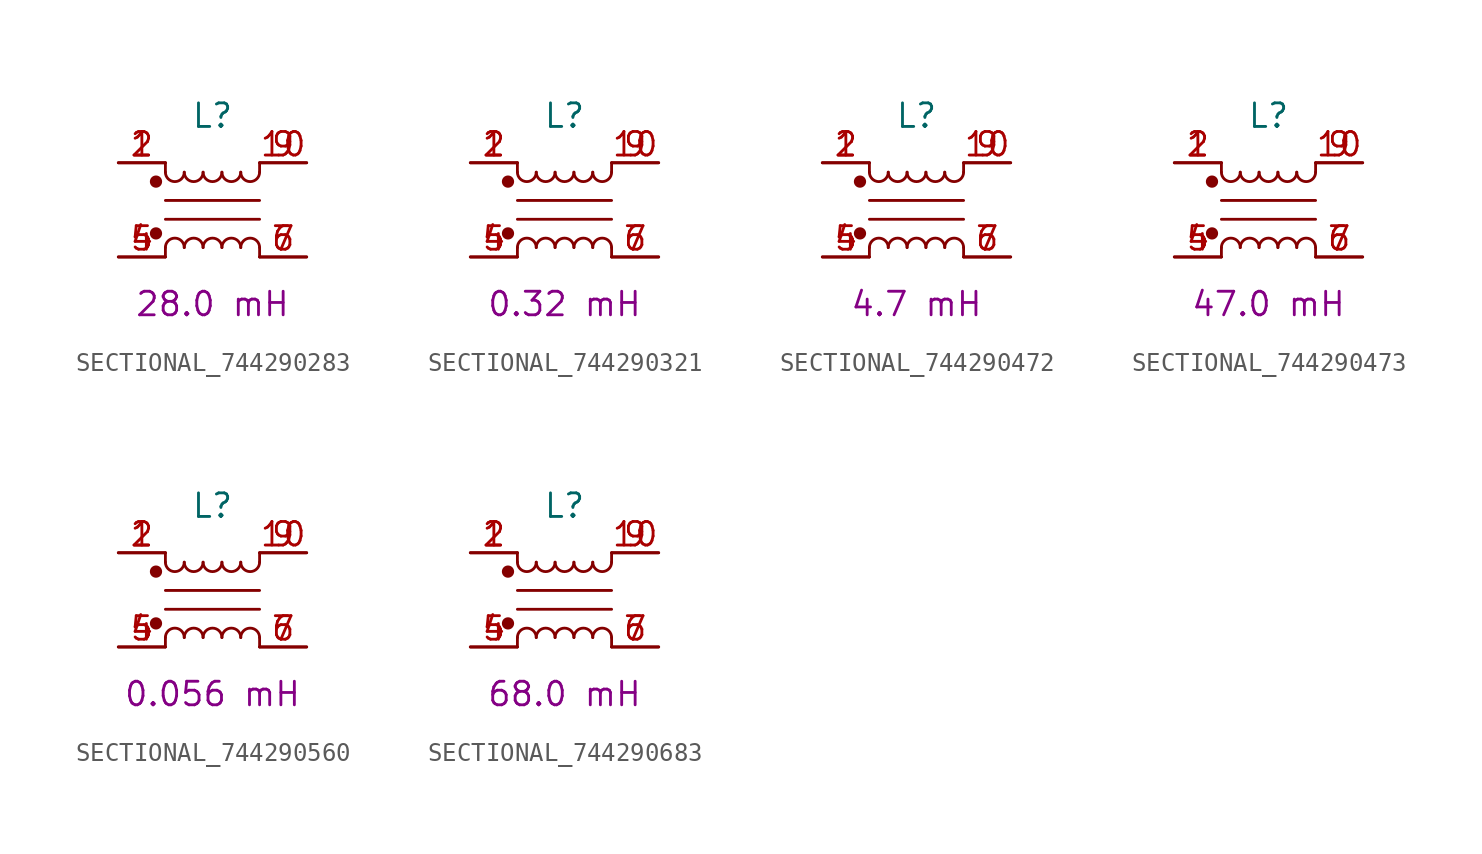
<source format=kicad_sym>
(kicad_symbol_lib
  (version 20220914)
  (generator kicad_symbol_editor)
  (symbol "SECTIONAL_744290283"
    (pin_names hide)
    (property "Reference" "L"
      (at 0 5.08 0)
      (effects (font (size 1.27 1.27))))
    (property "Critical Parameter" "28.0 mH"
      (at 0 -5.08 0)
      (effects (font (size 1.27 1.27))))
    (symbol "SECTIONAL_744290283_0_1"
      (circle (center -3.048 -1.27) (radius 0.254) (stroke (width 0) (type default)) (fill (type outline)))
      (circle (center -3.048 1.524) (radius 0.254) (stroke (width 0) (type default)) (fill (type outline)))
      (arc (start -2.54 2.032) (mid -2.032 1.5262) (end -1.524 2.032) (stroke (width 0) (type default)) (fill (type none)))
      (arc (start -1.524 -2.032) (mid -2.032 -1.5262) (end -2.54 -2.032) (stroke (width 0) (type default)) (fill (type none)))
      (arc (start -1.524 2.032) (mid -1.016 1.5262) (end -0.508 2.032) (stroke (width 0) (type default)) (fill (type none)))
      (arc (start -0.508 -2.032) (mid -1.016 -1.5262) (end -1.524 -2.032) (stroke (width 0) (type default)) (fill (type none)))
      (arc (start -0.508 2.032) (mid 0 1.5262) (end 0.508 2.032) (stroke (width 0) (type default)) (fill (type none)))
      (polyline (pts (xy -2.54 -2.032) (xy -2.54 -2.54)) (stroke (width 0) (type default)) (fill (type none)))
      (polyline (pts (xy -2.54 0.508) (xy 2.54 0.508)) (stroke (width 0) (type default)) (fill (type none)))
      (polyline (pts (xy -2.54 2.032) (xy -2.54 2.54)) (stroke (width 0) (type default)) (fill (type none)))
      (polyline (pts (xy 2.54 -2.032) (xy 2.54 -2.54)) (stroke (width 0) (type default)) (fill (type none)))
      (polyline (pts (xy 2.54 -0.508) (xy -2.54 -0.508)) (stroke (width 0) (type default)) (fill (type none)))
      (polyline (pts (xy 2.54 2.54) (xy 2.54 2.032)) (stroke (width 0) (type default)) (fill (type none)))
      (arc (start 0.508 -2.032) (mid 0 -1.5262) (end -0.508 -2.032) (stroke (width 0) (type default)) (fill (type none)))
      (arc (start 0.508 2.032) (mid 1.016 1.5262) (end 1.524 2.032) (stroke (width 0) (type default)) (fill (type none)))
      (arc (start 1.524 -2.032) (mid 1.016 -1.5262) (end 0.508 -2.032) (stroke (width 0) (type default)) (fill (type none)))
      (arc (start 1.524 2.032) (mid 2.032 1.5262) (end 2.54 2.032) (stroke (width 0) (type default)) (fill (type none)))
      (arc (start 2.54 -2.032) (mid 2.032 -1.5262) (end 1.524 -2.032) (stroke (width 0) (type default)) (fill (type none))))
    (symbol "SECTIONAL_744290283_1_1"
      (pin passive line (at -5.08 2.54 0) (length 2.54) (name "1" (effects (font (size 1.27 1.27)))) (number "1" (effects (font (size 1.27 1.27)))))
      (pin passive line (at -5.08 2.54 0) (length 2.54) (name "2" (effects (font (size 1.27 1.27)))) (number "2" (effects (font (size 1.27 1.27)))))
      (pin passive line (at 5.08 2.54 180) (length 2.54) (name "9" (effects (font (size 1.27 1.27)))) (number "9" (effects (font (size 1.27 1.27)))))
      (pin passive line (at 5.08 2.54 180) (length 2.54) (name "10" (effects (font (size 1.27 1.27)))) (number "10" (effects (font (size 1.27 1.27)))))
      (pin passive line (at 5.08 -2.54 180) (length 2.54) (name "6" (effects (font (size 1.27 1.27)))) (number "6" (effects (font (size 1.27 1.27)))))
      (pin passive line (at 5.08 -2.54 180) (length 2.54) (name "7" (effects (font (size 1.27 1.27)))) (number "7" (effects (font (size 1.27 1.27)))))
      (pin passive line (at -5.08 -2.54 0) (length 2.54) (name "4" (effects (font (size 1.27 1.27)))) (number "4" (effects (font (size 1.27 1.27)))))
      (pin passive line (at -5.08 -2.54 0) (length 2.54) (name "5" (effects (font (size 1.27 1.27)))) (number "5" (effects (font (size 1.27 1.27)))))))
  (symbol "SECTIONAL_744290321"
    (pin_names hide)
    (property "Reference" "L"
      (at 0 5.08 0)
      (effects (font (size 1.27 1.27))))
    (property "Critical Parameter" "0.32 mH"
      (at 0 -5.08 0)
      (effects (font (size 1.27 1.27))))
    (symbol "SECTIONAL_744290321_0_1"
      (circle (center -3.048 -1.27) (radius 0.254) (stroke (width 0) (type default)) (fill (type outline)))
      (circle (center -3.048 1.524) (radius 0.254) (stroke (width 0) (type default)) (fill (type outline)))
      (arc (start -2.54 2.032) (mid -2.032 1.5262) (end -1.524 2.032) (stroke (width 0) (type default)) (fill (type none)))
      (arc (start -1.524 -2.032) (mid -2.032 -1.5262) (end -2.54 -2.032) (stroke (width 0) (type default)) (fill (type none)))
      (arc (start -1.524 2.032) (mid -1.016 1.5262) (end -0.508 2.032) (stroke (width 0) (type default)) (fill (type none)))
      (arc (start -0.508 -2.032) (mid -1.016 -1.5262) (end -1.524 -2.032) (stroke (width 0) (type default)) (fill (type none)))
      (arc (start -0.508 2.032) (mid 0 1.5262) (end 0.508 2.032) (stroke (width 0) (type default)) (fill (type none)))
      (polyline (pts (xy -2.54 -2.032) (xy -2.54 -2.54)) (stroke (width 0) (type default)) (fill (type none)))
      (polyline (pts (xy -2.54 0.508) (xy 2.54 0.508)) (stroke (width 0) (type default)) (fill (type none)))
      (polyline (pts (xy -2.54 2.032) (xy -2.54 2.54)) (stroke (width 0) (type default)) (fill (type none)))
      (polyline (pts (xy 2.54 -2.032) (xy 2.54 -2.54)) (stroke (width 0) (type default)) (fill (type none)))
      (polyline (pts (xy 2.54 -0.508) (xy -2.54 -0.508)) (stroke (width 0) (type default)) (fill (type none)))
      (polyline (pts (xy 2.54 2.54) (xy 2.54 2.032)) (stroke (width 0) (type default)) (fill (type none)))
      (arc (start 0.508 -2.032) (mid 0 -1.5262) (end -0.508 -2.032) (stroke (width 0) (type default)) (fill (type none)))
      (arc (start 0.508 2.032) (mid 1.016 1.5262) (end 1.524 2.032) (stroke (width 0) (type default)) (fill (type none)))
      (arc (start 1.524 -2.032) (mid 1.016 -1.5262) (end 0.508 -2.032) (stroke (width 0) (type default)) (fill (type none)))
      (arc (start 1.524 2.032) (mid 2.032 1.5262) (end 2.54 2.032) (stroke (width 0) (type default)) (fill (type none)))
      (arc (start 2.54 -2.032) (mid 2.032 -1.5262) (end 1.524 -2.032) (stroke (width 0) (type default)) (fill (type none))))
    (symbol "SECTIONAL_744290321_1_1"
      (pin passive line (at -5.08 2.54 0) (length 2.54) (name "1" (effects (font (size 1.27 1.27)))) (number "1" (effects (font (size 1.27 1.27)))))
      (pin passive line (at -5.08 2.54 0) (length 2.54) (name "2" (effects (font (size 1.27 1.27)))) (number "2" (effects (font (size 1.27 1.27)))))
      (pin passive line (at 5.08 2.54 180) (length 2.54) (name "9" (effects (font (size 1.27 1.27)))) (number "9" (effects (font (size 1.27 1.27)))))
      (pin passive line (at 5.08 2.54 180) (length 2.54) (name "10" (effects (font (size 1.27 1.27)))) (number "10" (effects (font (size 1.27 1.27)))))
      (pin passive line (at 5.08 -2.54 180) (length 2.54) (name "6" (effects (font (size 1.27 1.27)))) (number "6" (effects (font (size 1.27 1.27)))))
      (pin passive line (at 5.08 -2.54 180) (length 2.54) (name "7" (effects (font (size 1.27 1.27)))) (number "7" (effects (font (size 1.27 1.27)))))
      (pin passive line (at -5.08 -2.54 0) (length 2.54) (name "4" (effects (font (size 1.27 1.27)))) (number "4" (effects (font (size 1.27 1.27)))))
      (pin passive line (at -5.08 -2.54 0) (length 2.54) (name "5" (effects (font (size 1.27 1.27)))) (number "5" (effects (font (size 1.27 1.27)))))))
  (symbol "SECTIONAL_744290472"
    (pin_names hide)
    (property "Reference" "L"
      (at 0 5.08 0)
      (effects (font (size 1.27 1.27))))
    (property "Critical Parameter" "4.7 mH"
      (at 0 -5.08 0)
      (effects (font (size 1.27 1.27))))
    (symbol "SECTIONAL_744290472_0_1"
      (circle (center -3.048 -1.27) (radius 0.254) (stroke (width 0) (type default)) (fill (type outline)))
      (circle (center -3.048 1.524) (radius 0.254) (stroke (width 0) (type default)) (fill (type outline)))
      (arc (start -2.54 2.032) (mid -2.032 1.5262) (end -1.524 2.032) (stroke (width 0) (type default)) (fill (type none)))
      (arc (start -1.524 -2.032) (mid -2.032 -1.5262) (end -2.54 -2.032) (stroke (width 0) (type default)) (fill (type none)))
      (arc (start -1.524 2.032) (mid -1.016 1.5262) (end -0.508 2.032) (stroke (width 0) (type default)) (fill (type none)))
      (arc (start -0.508 -2.032) (mid -1.016 -1.5262) (end -1.524 -2.032) (stroke (width 0) (type default)) (fill (type none)))
      (arc (start -0.508 2.032) (mid 0 1.5262) (end 0.508 2.032) (stroke (width 0) (type default)) (fill (type none)))
      (polyline (pts (xy -2.54 -2.032) (xy -2.54 -2.54)) (stroke (width 0) (type default)) (fill (type none)))
      (polyline (pts (xy -2.54 0.508) (xy 2.54 0.508)) (stroke (width 0) (type default)) (fill (type none)))
      (polyline (pts (xy -2.54 2.032) (xy -2.54 2.54)) (stroke (width 0) (type default)) (fill (type none)))
      (polyline (pts (xy 2.54 -2.032) (xy 2.54 -2.54)) (stroke (width 0) (type default)) (fill (type none)))
      (polyline (pts (xy 2.54 -0.508) (xy -2.54 -0.508)) (stroke (width 0) (type default)) (fill (type none)))
      (polyline (pts (xy 2.54 2.54) (xy 2.54 2.032)) (stroke (width 0) (type default)) (fill (type none)))
      (arc (start 0.508 -2.032) (mid 0 -1.5262) (end -0.508 -2.032) (stroke (width 0) (type default)) (fill (type none)))
      (arc (start 0.508 2.032) (mid 1.016 1.5262) (end 1.524 2.032) (stroke (width 0) (type default)) (fill (type none)))
      (arc (start 1.524 -2.032) (mid 1.016 -1.5262) (end 0.508 -2.032) (stroke (width 0) (type default)) (fill (type none)))
      (arc (start 1.524 2.032) (mid 2.032 1.5262) (end 2.54 2.032) (stroke (width 0) (type default)) (fill (type none)))
      (arc (start 2.54 -2.032) (mid 2.032 -1.5262) (end 1.524 -2.032) (stroke (width 0) (type default)) (fill (type none))))
    (symbol "SECTIONAL_744290472_1_1"
      (pin passive line (at -5.08 2.54 0) (length 2.54) (name "1" (effects (font (size 1.27 1.27)))) (number "1" (effects (font (size 1.27 1.27)))))
      (pin passive line (at -5.08 2.54 0) (length 2.54) (name "2" (effects (font (size 1.27 1.27)))) (number "2" (effects (font (size 1.27 1.27)))))
      (pin passive line (at 5.08 2.54 180) (length 2.54) (name "9" (effects (font (size 1.27 1.27)))) (number "9" (effects (font (size 1.27 1.27)))))
      (pin passive line (at 5.08 2.54 180) (length 2.54) (name "10" (effects (font (size 1.27 1.27)))) (number "10" (effects (font (size 1.27 1.27)))))
      (pin passive line (at 5.08 -2.54 180) (length 2.54) (name "6" (effects (font (size 1.27 1.27)))) (number "6" (effects (font (size 1.27 1.27)))))
      (pin passive line (at 5.08 -2.54 180) (length 2.54) (name "7" (effects (font (size 1.27 1.27)))) (number "7" (effects (font (size 1.27 1.27)))))
      (pin passive line (at -5.08 -2.54 0) (length 2.54) (name "4" (effects (font (size 1.27 1.27)))) (number "4" (effects (font (size 1.27 1.27)))))
      (pin passive line (at -5.08 -2.54 0) (length 2.54) (name "5" (effects (font (size 1.27 1.27)))) (number "5" (effects (font (size 1.27 1.27)))))))
  (symbol "SECTIONAL_744290473"
    (pin_names hide)
    (property "Reference" "L"
      (at 0 5.08 0)
      (effects (font (size 1.27 1.27))))
    (property "Critical Parameter" "47.0 mH"
      (at 0 -5.08 0)
      (effects (font (size 1.27 1.27))))
    (symbol "SECTIONAL_744290473_0_1"
      (circle (center -3.048 -1.27) (radius 0.254) (stroke (width 0) (type default)) (fill (type outline)))
      (circle (center -3.048 1.524) (radius 0.254) (stroke (width 0) (type default)) (fill (type outline)))
      (arc (start -2.54 2.032) (mid -2.032 1.5262) (end -1.524 2.032) (stroke (width 0) (type default)) (fill (type none)))
      (arc (start -1.524 -2.032) (mid -2.032 -1.5262) (end -2.54 -2.032) (stroke (width 0) (type default)) (fill (type none)))
      (arc (start -1.524 2.032) (mid -1.016 1.5262) (end -0.508 2.032) (stroke (width 0) (type default)) (fill (type none)))
      (arc (start -0.508 -2.032) (mid -1.016 -1.5262) (end -1.524 -2.032) (stroke (width 0) (type default)) (fill (type none)))
      (arc (start -0.508 2.032) (mid 0 1.5262) (end 0.508 2.032) (stroke (width 0) (type default)) (fill (type none)))
      (polyline (pts (xy -2.54 -2.032) (xy -2.54 -2.54)) (stroke (width 0) (type default)) (fill (type none)))
      (polyline (pts (xy -2.54 0.508) (xy 2.54 0.508)) (stroke (width 0) (type default)) (fill (type none)))
      (polyline (pts (xy -2.54 2.032) (xy -2.54 2.54)) (stroke (width 0) (type default)) (fill (type none)))
      (polyline (pts (xy 2.54 -2.032) (xy 2.54 -2.54)) (stroke (width 0) (type default)) (fill (type none)))
      (polyline (pts (xy 2.54 -0.508) (xy -2.54 -0.508)) (stroke (width 0) (type default)) (fill (type none)))
      (polyline (pts (xy 2.54 2.54) (xy 2.54 2.032)) (stroke (width 0) (type default)) (fill (type none)))
      (arc (start 0.508 -2.032) (mid 0 -1.5262) (end -0.508 -2.032) (stroke (width 0) (type default)) (fill (type none)))
      (arc (start 0.508 2.032) (mid 1.016 1.5262) (end 1.524 2.032) (stroke (width 0) (type default)) (fill (type none)))
      (arc (start 1.524 -2.032) (mid 1.016 -1.5262) (end 0.508 -2.032) (stroke (width 0) (type default)) (fill (type none)))
      (arc (start 1.524 2.032) (mid 2.032 1.5262) (end 2.54 2.032) (stroke (width 0) (type default)) (fill (type none)))
      (arc (start 2.54 -2.032) (mid 2.032 -1.5262) (end 1.524 -2.032) (stroke (width 0) (type default)) (fill (type none))))
    (symbol "SECTIONAL_744290473_1_1"
      (pin passive line (at -5.08 2.54 0) (length 2.54) (name "1" (effects (font (size 1.27 1.27)))) (number "1" (effects (font (size 1.27 1.27)))))
      (pin passive line (at -5.08 2.54 0) (length 2.54) (name "2" (effects (font (size 1.27 1.27)))) (number "2" (effects (font (size 1.27 1.27)))))
      (pin passive line (at 5.08 2.54 180) (length 2.54) (name "9" (effects (font (size 1.27 1.27)))) (number "9" (effects (font (size 1.27 1.27)))))
      (pin passive line (at 5.08 2.54 180) (length 2.54) (name "10" (effects (font (size 1.27 1.27)))) (number "10" (effects (font (size 1.27 1.27)))))
      (pin passive line (at 5.08 -2.54 180) (length 2.54) (name "6" (effects (font (size 1.27 1.27)))) (number "6" (effects (font (size 1.27 1.27)))))
      (pin passive line (at 5.08 -2.54 180) (length 2.54) (name "7" (effects (font (size 1.27 1.27)))) (number "7" (effects (font (size 1.27 1.27)))))
      (pin passive line (at -5.08 -2.54 0) (length 2.54) (name "4" (effects (font (size 1.27 1.27)))) (number "4" (effects (font (size 1.27 1.27)))))
      (pin passive line (at -5.08 -2.54 0) (length 2.54) (name "5" (effects (font (size 1.27 1.27)))) (number "5" (effects (font (size 1.27 1.27)))))))
  (symbol "SECTIONAL_744290560"
    (pin_names hide)
    (property "Reference" "L"
      (at 0 5.08 0)
      (effects (font (size 1.27 1.27))))
    (property "Critical Parameter" "0.056 mH"
      (at 0 -5.08 0)
      (effects (font (size 1.27 1.27))))
    (symbol "SECTIONAL_744290560_0_1"
      (circle (center -3.048 -1.27) (radius 0.254) (stroke (width 0) (type default)) (fill (type outline)))
      (circle (center -3.048 1.524) (radius 0.254) (stroke (width 0) (type default)) (fill (type outline)))
      (arc (start -2.54 2.032) (mid -2.032 1.5262) (end -1.524 2.032) (stroke (width 0) (type default)) (fill (type none)))
      (arc (start -1.524 -2.032) (mid -2.032 -1.5262) (end -2.54 -2.032) (stroke (width 0) (type default)) (fill (type none)))
      (arc (start -1.524 2.032) (mid -1.016 1.5262) (end -0.508 2.032) (stroke (width 0) (type default)) (fill (type none)))
      (arc (start -0.508 -2.032) (mid -1.016 -1.5262) (end -1.524 -2.032) (stroke (width 0) (type default)) (fill (type none)))
      (arc (start -0.508 2.032) (mid 0 1.5262) (end 0.508 2.032) (stroke (width 0) (type default)) (fill (type none)))
      (polyline (pts (xy -2.54 -2.032) (xy -2.54 -2.54)) (stroke (width 0) (type default)) (fill (type none)))
      (polyline (pts (xy -2.54 0.508) (xy 2.54 0.508)) (stroke (width 0) (type default)) (fill (type none)))
      (polyline (pts (xy -2.54 2.032) (xy -2.54 2.54)) (stroke (width 0) (type default)) (fill (type none)))
      (polyline (pts (xy 2.54 -2.032) (xy 2.54 -2.54)) (stroke (width 0) (type default)) (fill (type none)))
      (polyline (pts (xy 2.54 -0.508) (xy -2.54 -0.508)) (stroke (width 0) (type default)) (fill (type none)))
      (polyline (pts (xy 2.54 2.54) (xy 2.54 2.032)) (stroke (width 0) (type default)) (fill (type none)))
      (arc (start 0.508 -2.032) (mid 0 -1.5262) (end -0.508 -2.032) (stroke (width 0) (type default)) (fill (type none)))
      (arc (start 0.508 2.032) (mid 1.016 1.5262) (end 1.524 2.032) (stroke (width 0) (type default)) (fill (type none)))
      (arc (start 1.524 -2.032) (mid 1.016 -1.5262) (end 0.508 -2.032) (stroke (width 0) (type default)) (fill (type none)))
      (arc (start 1.524 2.032) (mid 2.032 1.5262) (end 2.54 2.032) (stroke (width 0) (type default)) (fill (type none)))
      (arc (start 2.54 -2.032) (mid 2.032 -1.5262) (end 1.524 -2.032) (stroke (width 0) (type default)) (fill (type none))))
    (symbol "SECTIONAL_744290560_1_1"
      (pin passive line (at -5.08 2.54 0) (length 2.54) (name "1" (effects (font (size 1.27 1.27)))) (number "1" (effects (font (size 1.27 1.27)))))
      (pin passive line (at -5.08 2.54 0) (length 2.54) (name "2" (effects (font (size 1.27 1.27)))) (number "2" (effects (font (size 1.27 1.27)))))
      (pin passive line (at 5.08 2.54 180) (length 2.54) (name "9" (effects (font (size 1.27 1.27)))) (number "9" (effects (font (size 1.27 1.27)))))
      (pin passive line (at 5.08 2.54 180) (length 2.54) (name "10" (effects (font (size 1.27 1.27)))) (number "10" (effects (font (size 1.27 1.27)))))
      (pin passive line (at 5.08 -2.54 180) (length 2.54) (name "6" (effects (font (size 1.27 1.27)))) (number "6" (effects (font (size 1.27 1.27)))))
      (pin passive line (at 5.08 -2.54 180) (length 2.54) (name "7" (effects (font (size 1.27 1.27)))) (number "7" (effects (font (size 1.27 1.27)))))
      (pin passive line (at -5.08 -2.54 0) (length 2.54) (name "4" (effects (font (size 1.27 1.27)))) (number "4" (effects (font (size 1.27 1.27)))))
      (pin passive line (at -5.08 -2.54 0) (length 2.54) (name "5" (effects (font (size 1.27 1.27)))) (number "5" (effects (font (size 1.27 1.27)))))))
  (symbol "SECTIONAL_744290683"
    (pin_names hide)
    (property "Reference" "L"
      (at 0 5.08 0)
      (effects (font (size 1.27 1.27))))
    (property "Critical Parameter" "68.0 mH"
      (at 0 -5.08 0)
      (effects (font (size 1.27 1.27))))
    (symbol "SECTIONAL_744290683_0_1"
      (circle (center -3.048 -1.27) (radius 0.254) (stroke (width 0) (type default)) (fill (type outline)))
      (circle (center -3.048 1.524) (radius 0.254) (stroke (width 0) (type default)) (fill (type outline)))
      (arc (start -2.54 2.032) (mid -2.032 1.5262) (end -1.524 2.032) (stroke (width 0) (type default)) (fill (type none)))
      (arc (start -1.524 -2.032) (mid -2.032 -1.5262) (end -2.54 -2.032) (stroke (width 0) (type default)) (fill (type none)))
      (arc (start -1.524 2.032) (mid -1.016 1.5262) (end -0.508 2.032) (stroke (width 0) (type default)) (fill (type none)))
      (arc (start -0.508 -2.032) (mid -1.016 -1.5262) (end -1.524 -2.032) (stroke (width 0) (type default)) (fill (type none)))
      (arc (start -0.508 2.032) (mid 0 1.5262) (end 0.508 2.032) (stroke (width 0) (type default)) (fill (type none)))
      (polyline (pts (xy -2.54 -2.032) (xy -2.54 -2.54)) (stroke (width 0) (type default)) (fill (type none)))
      (polyline (pts (xy -2.54 0.508) (xy 2.54 0.508)) (stroke (width 0) (type default)) (fill (type none)))
      (polyline (pts (xy -2.54 2.032) (xy -2.54 2.54)) (stroke (width 0) (type default)) (fill (type none)))
      (polyline (pts (xy 2.54 -2.032) (xy 2.54 -2.54)) (stroke (width 0) (type default)) (fill (type none)))
      (polyline (pts (xy 2.54 -0.508) (xy -2.54 -0.508)) (stroke (width 0) (type default)) (fill (type none)))
      (polyline (pts (xy 2.54 2.54) (xy 2.54 2.032)) (stroke (width 0) (type default)) (fill (type none)))
      (arc (start 0.508 -2.032) (mid 0 -1.5262) (end -0.508 -2.032) (stroke (width 0) (type default)) (fill (type none)))
      (arc (start 0.508 2.032) (mid 1.016 1.5262) (end 1.524 2.032) (stroke (width 0) (type default)) (fill (type none)))
      (arc (start 1.524 -2.032) (mid 1.016 -1.5262) (end 0.508 -2.032) (stroke (width 0) (type default)) (fill (type none)))
      (arc (start 1.524 2.032) (mid 2.032 1.5262) (end 2.54 2.032) (stroke (width 0) (type default)) (fill (type none)))
      (arc (start 2.54 -2.032) (mid 2.032 -1.5262) (end 1.524 -2.032) (stroke (width 0) (type default)) (fill (type none))))
    (symbol "SECTIONAL_744290683_1_1"
      (pin passive line (at -5.08 2.54 0) (length 2.54) (name "1" (effects (font (size 1.27 1.27)))) (number "1" (effects (font (size 1.27 1.27)))))
      (pin passive line (at -5.08 2.54 0) (length 2.54) (name "2" (effects (font (size 1.27 1.27)))) (number "2" (effects (font (size 1.27 1.27)))))
      (pin passive line (at 5.08 2.54 180) (length 2.54) (name "9" (effects (font (size 1.27 1.27)))) (number "9" (effects (font (size 1.27 1.27)))))
      (pin passive line (at 5.08 2.54 180) (length 2.54) (name "10" (effects (font (size 1.27 1.27)))) (number "10" (effects (font (size 1.27 1.27)))))
      (pin passive line (at 5.08 -2.54 180) (length 2.54) (name "6" (effects (font (size 1.27 1.27)))) (number "6" (effects (font (size 1.27 1.27)))))
      (pin passive line (at 5.08 -2.54 180) (length 2.54) (name "7" (effects (font (size 1.27 1.27)))) (number "7" (effects (font (size 1.27 1.27)))))
      (pin passive line (at -5.08 -2.54 0) (length 2.54) (name "4" (effects (font (size 1.27 1.27)))) (number "4" (effects (font (size 1.27 1.27)))))
      (pin passive line (at -5.08 -2.54 0) (length 2.54) (name "5" (effects (font (size 1.27 1.27)))) (number "5" (effects (font (size 1.27 1.27))))))))
</source>
